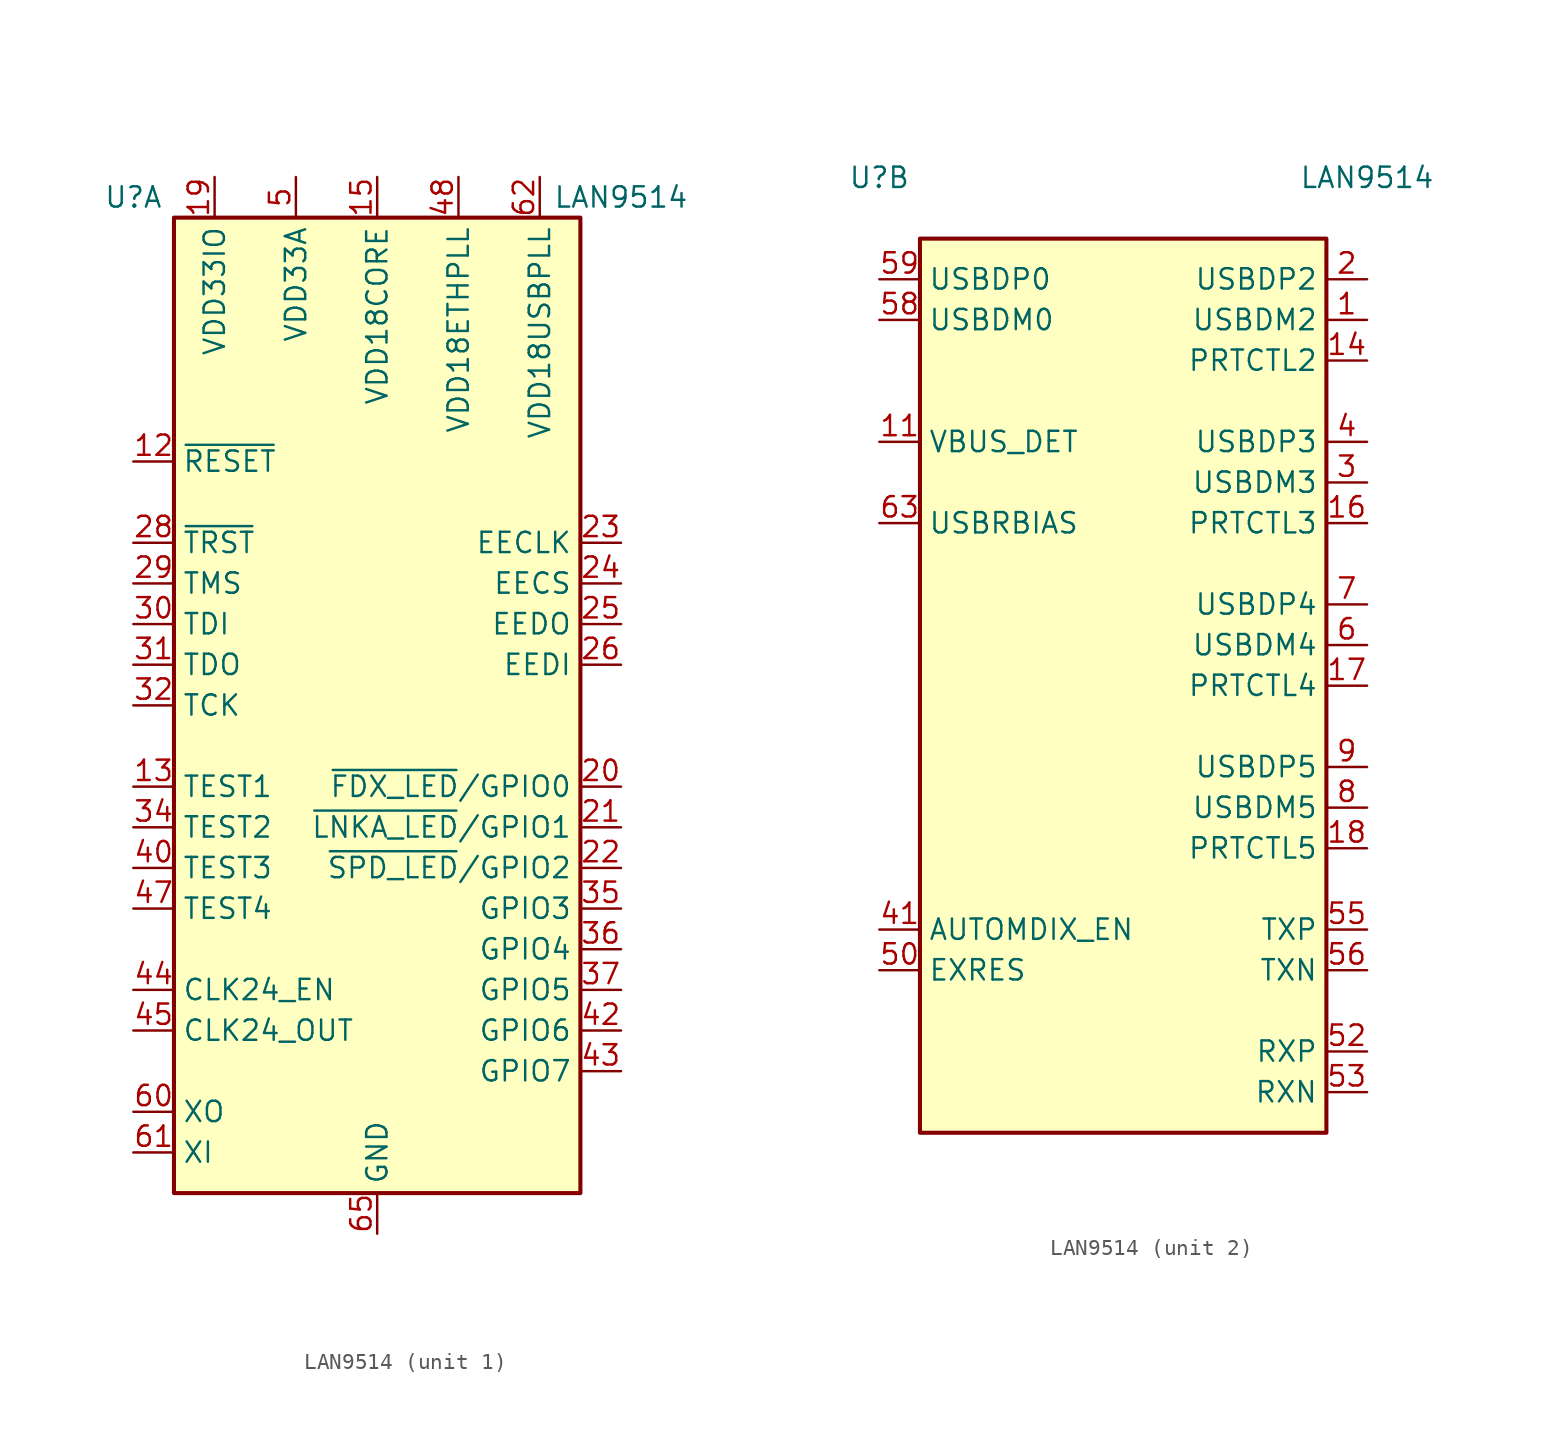
<source format=kicad_sym>
(kicad_symbol_lib
  (version 20201005)
  (generator kicad_symbol_editor)
  (symbol "Interface_Ethernet:LAN9514"
    (property "Reference" "U"
      (at -15.24 31.75 0)
      (effects (font (size 1.27 1.27))))
    (property "Value" "LAN9514"
      (at 15.24 31.75 0)
      (effects (font (size 1.27 1.27))))
    (property "ki_locked" ""
      (at 0 0 0)
      (effects (font (size 1.27 1.27))))
    (symbol "LAN9514_1_1"
      (rectangle (start -12.7 30.48) (end 12.7 -30.48) (stroke (width 0.254)) (fill (type background)))
      (pin passive line (at -5.08 33.02 270) (length 2.54) hide (name "VDD33A" (effects (font (size 1.27 1.27)))) (number "10" (effects (font (size 1.27 1.27)))))
      (pin input line (at -15.24 15.24 0) (length 2.54) (name "~RESET" (effects (font (size 1.27 1.27)))) (number "12" (effects (font (size 1.27 1.27)))))
      (pin input line (at -15.24 -5.08 0) (length 2.54) (name "TEST1" (effects (font (size 1.27 1.27)))) (number "13" (effects (font (size 1.27 1.27)))))
      (pin power_in line (at 0 33.02 270) (length 2.54) (name "VDD18CORE" (effects (font (size 1.27 1.27)))) (number "15" (effects (font (size 1.27 1.27)))))
      (pin power_in line (at -10.16 33.02 270) (length 2.54) (name "VDD33IO" (effects (font (size 1.27 1.27)))) (number "19" (effects (font (size 1.27 1.27)))))
      (pin bidirectional line (at 15.24 -5.08 180) (length 2.54) (name "~FDX_LED~/GPIO0" (effects (font (size 1.27 1.27)))) (number "20" (effects (font (size 1.27 1.27)))))
      (pin bidirectional line (at 15.24 -7.62 180) (length 2.54) (name "~LNKA_LED~/GPIO1" (effects (font (size 1.27 1.27)))) (number "21" (effects (font (size 1.27 1.27)))))
      (pin bidirectional line (at 15.24 -10.16 180) (length 2.54) (name "~SPD_LED~/GPIO2" (effects (font (size 1.27 1.27)))) (number "22" (effects (font (size 1.27 1.27)))))
      (pin output line (at 15.24 10.16 180) (length 2.54) (name "EECLK" (effects (font (size 1.27 1.27)))) (number "23" (effects (font (size 1.27 1.27)))))
      (pin output line (at 15.24 7.62 180) (length 2.54) (name "EECS" (effects (font (size 1.27 1.27)))) (number "24" (effects (font (size 1.27 1.27)))))
      (pin output line (at 15.24 5.08 180) (length 2.54) (name "EEDO" (effects (font (size 1.27 1.27)))) (number "25" (effects (font (size 1.27 1.27)))))
      (pin input line (at 15.24 2.54 180) (length 2.54) (name "EEDI" (effects (font (size 1.27 1.27)))) (number "26" (effects (font (size 1.27 1.27)))))
      (pin passive line (at -10.16 33.02 270) (length 2.54) hide (name "VDD33IO" (effects (font (size 1.27 1.27)))) (number "27" (effects (font (size 1.27 1.27)))))
      (pin input line (at -15.24 10.16 0) (length 2.54) (name "~TRST" (effects (font (size 1.27 1.27)))) (number "28" (effects (font (size 1.27 1.27)))))
      (pin input line (at -15.24 7.62 0) (length 2.54) (name "TMS" (effects (font (size 1.27 1.27)))) (number "29" (effects (font (size 1.27 1.27)))))
      (pin input line (at -15.24 5.08 0) (length 2.54) (name "TDI" (effects (font (size 1.27 1.27)))) (number "30" (effects (font (size 1.27 1.27)))))
      (pin output line (at -15.24 2.54 0) (length 2.54) (name "TDO" (effects (font (size 1.27 1.27)))) (number "31" (effects (font (size 1.27 1.27)))))
      (pin input line (at -15.24 0 0) (length 2.54) (name "TCK" (effects (font (size 1.27 1.27)))) (number "32" (effects (font (size 1.27 1.27)))))
      (pin passive line (at -10.16 33.02 270) (length 2.54) hide (name "VDD33IO" (effects (font (size 1.27 1.27)))) (number "33" (effects (font (size 1.27 1.27)))))
      (pin input line (at -15.24 -7.62 0) (length 2.54) (name "TEST2" (effects (font (size 1.27 1.27)))) (number "34" (effects (font (size 1.27 1.27)))))
      (pin bidirectional line (at 15.24 -12.7 180) (length 2.54) (name "GPIO3" (effects (font (size 1.27 1.27)))) (number "35" (effects (font (size 1.27 1.27)))))
      (pin bidirectional line (at 15.24 -15.24 180) (length 2.54) (name "GPIO4" (effects (font (size 1.27 1.27)))) (number "36" (effects (font (size 1.27 1.27)))))
      (pin bidirectional line (at 15.24 -17.78 180) (length 2.54) (name "GPIO5" (effects (font (size 1.27 1.27)))) (number "37" (effects (font (size 1.27 1.27)))))
      (pin passive line (at 0 33.02 270) (length 2.54) hide (name "VDD18CORE" (effects (font (size 1.27 1.27)))) (number "38" (effects (font (size 1.27 1.27)))))
      (pin passive line (at -10.16 33.02 270) (length 2.54) hide (name "VDD33IO" (effects (font (size 1.27 1.27)))) (number "39" (effects (font (size 1.27 1.27)))))
      (pin input line (at -15.24 -10.16 0) (length 2.54) (name "TEST3" (effects (font (size 1.27 1.27)))) (number "40" (effects (font (size 1.27 1.27)))))
      (pin bidirectional line (at 15.24 -20.32 180) (length 2.54) (name "GPIO6" (effects (font (size 1.27 1.27)))) (number "42" (effects (font (size 1.27 1.27)))))
      (pin bidirectional line (at 15.24 -22.86 180) (length 2.54) (name "GPIO7" (effects (font (size 1.27 1.27)))) (number "43" (effects (font (size 1.27 1.27)))))
      (pin input line (at -15.24 -17.78 0) (length 2.54) (name "CLK24_EN" (effects (font (size 1.27 1.27)))) (number "44" (effects (font (size 1.27 1.27)))))
      (pin output line (at -15.24 -20.32 0) (length 2.54) (name "CLK24_OUT" (effects (font (size 1.27 1.27)))) (number "45" (effects (font (size 1.27 1.27)))))
      (pin passive line (at -10.16 33.02 270) (length 2.54) hide (name "VDD33IO" (effects (font (size 1.27 1.27)))) (number "46" (effects (font (size 1.27 1.27)))))
      (pin input line (at -15.24 -12.7 0) (length 2.54) (name "TEST4" (effects (font (size 1.27 1.27)))) (number "47" (effects (font (size 1.27 1.27)))))
      (pin power_in line (at 5.08 33.02 270) (length 2.54) (name "VDD18ETHPLL" (effects (font (size 1.27 1.27)))) (number "48" (effects (font (size 1.27 1.27)))))
      (pin passive line (at -5.08 33.02 270) (length 2.54) hide (name "VDD33A" (effects (font (size 1.27 1.27)))) (number "49" (effects (font (size 1.27 1.27)))))
      (pin power_in line (at -5.08 33.02 270) (length 2.54) (name "VDD33A" (effects (font (size 1.27 1.27)))) (number "5" (effects (font (size 1.27 1.27)))))
      (pin passive line (at -5.08 33.02 270) (length 2.54) hide (name "VDD33A" (effects (font (size 1.27 1.27)))) (number "51" (effects (font (size 1.27 1.27)))))
      (pin passive line (at -5.08 33.02 270) (length 2.54) hide (name "VDD33A" (effects (font (size 1.27 1.27)))) (number "54" (effects (font (size 1.27 1.27)))))
      (pin passive line (at -5.08 33.02 270) (length 2.54) hide (name "VDD33A" (effects (font (size 1.27 1.27)))) (number "57" (effects (font (size 1.27 1.27)))))
      (pin input line (at -15.24 -25.4 0) (length 2.54) (name "XO" (effects (font (size 1.27 1.27)))) (number "60" (effects (font (size 1.27 1.27)))))
      (pin input line (at -15.24 -27.94 0) (length 2.54) (name "XI" (effects (font (size 1.27 1.27)))) (number "61" (effects (font (size 1.27 1.27)))))
      (pin power_in line (at 10.16 33.02 270) (length 2.54) (name "VDD18USBPLL" (effects (font (size 1.27 1.27)))) (number "62" (effects (font (size 1.27 1.27)))))
      (pin passive line (at -5.08 33.02 270) (length 2.54) hide (name "VDD33A" (effects (font (size 1.27 1.27)))) (number "64" (effects (font (size 1.27 1.27)))))
      (pin power_in line (at 0 -33.02 90) (length 2.54) (name "GND" (effects (font (size 1.27 1.27)))) (number "65" (effects (font (size 1.27 1.27))))))
    (symbol "LAN9514_2_1"
      (rectangle (start 12.7 -27.94) (end -12.7 27.94) (stroke (width 0.254)) (fill (type background)))
      (pin bidirectional line (at 15.24 22.86 180) (length 2.54) (name "USBDM2" (effects (font (size 1.27 1.27)))) (number "1" (effects (font (size 1.27 1.27)))))
      (pin input line (at -15.24 15.24 0) (length 2.54) (name "VBUS_DET" (effects (font (size 1.27 1.27)))) (number "11" (effects (font (size 1.27 1.27)))))
      (pin bidirectional line (at 15.24 20.32 180) (length 2.54) (name "PRTCTL2" (effects (font (size 1.27 1.27)))) (number "14" (effects (font (size 1.27 1.27)))))
      (pin bidirectional line (at 15.24 10.16 180) (length 2.54) (name "PRTCTL3" (effects (font (size 1.27 1.27)))) (number "16" (effects (font (size 1.27 1.27)))))
      (pin bidirectional line (at 15.24 0 180) (length 2.54) (name "PRTCTL4" (effects (font (size 1.27 1.27)))) (number "17" (effects (font (size 1.27 1.27)))))
      (pin bidirectional line (at 15.24 -10.16 180) (length 2.54) (name "PRTCTL5" (effects (font (size 1.27 1.27)))) (number "18" (effects (font (size 1.27 1.27)))))
      (pin bidirectional line (at 15.24 25.4 180) (length 2.54) (name "USBDP2" (effects (font (size 1.27 1.27)))) (number "2" (effects (font (size 1.27 1.27)))))
      (pin bidirectional line (at 15.24 12.7 180) (length 2.54) (name "USBDM3" (effects (font (size 1.27 1.27)))) (number "3" (effects (font (size 1.27 1.27)))))
      (pin bidirectional line (at 15.24 15.24 180) (length 2.54) (name "USBDP3" (effects (font (size 1.27 1.27)))) (number "4" (effects (font (size 1.27 1.27)))))
      (pin input line (at -15.24 -15.24 0) (length 2.54) (name "AUTOMDIX_EN" (effects (font (size 1.27 1.27)))) (number "41" (effects (font (size 1.27 1.27)))))
      (pin input line (at -15.24 -17.78 0) (length 2.54) (name "EXRES" (effects (font (size 1.27 1.27)))) (number "50" (effects (font (size 1.27 1.27)))))
      (pin input line (at 15.24 -22.86 180) (length 2.54) (name "RXP" (effects (font (size 1.27 1.27)))) (number "52" (effects (font (size 1.27 1.27)))))
      (pin input line (at 15.24 -25.4 180) (length 2.54) (name "RXN" (effects (font (size 1.27 1.27)))) (number "53" (effects (font (size 1.27 1.27)))))
      (pin output line (at 15.24 -15.24 180) (length 2.54) (name "TXP" (effects (font (size 1.27 1.27)))) (number "55" (effects (font (size 1.27 1.27)))))
      (pin output line (at 15.24 -17.78 180) (length 2.54) (name "TXN" (effects (font (size 1.27 1.27)))) (number "56" (effects (font (size 1.27 1.27)))))
      (pin bidirectional line (at -15.24 22.86 0) (length 2.54) (name "USBDM0" (effects (font (size 1.27 1.27)))) (number "58" (effects (font (size 1.27 1.27)))))
      (pin bidirectional line (at -15.24 25.4 0) (length 2.54) (name "USBDP0" (effects (font (size 1.27 1.27)))) (number "59" (effects (font (size 1.27 1.27)))))
      (pin bidirectional line (at 15.24 2.54 180) (length 2.54) (name "USBDM4" (effects (font (size 1.27 1.27)))) (number "6" (effects (font (size 1.27 1.27)))))
      (pin input line (at -15.24 10.16 0) (length 2.54) (name "USBRBIAS" (effects (font (size 1.27 1.27)))) (number "63" (effects (font (size 1.27 1.27)))))
      (pin bidirectional line (at 15.24 5.08 180) (length 2.54) (name "USBDP4" (effects (font (size 1.27 1.27)))) (number "7" (effects (font (size 1.27 1.27)))))
      (pin bidirectional line (at 15.24 -7.62 180) (length 2.54) (name "USBDM5" (effects (font (size 1.27 1.27)))) (number "8" (effects (font (size 1.27 1.27)))))
      (pin bidirectional line (at 15.24 -5.08 180) (length 2.54) (name "USBDP5" (effects (font (size 1.27 1.27)))) (number "9" (effects (font (size 1.27 1.27))))))))
</source>
